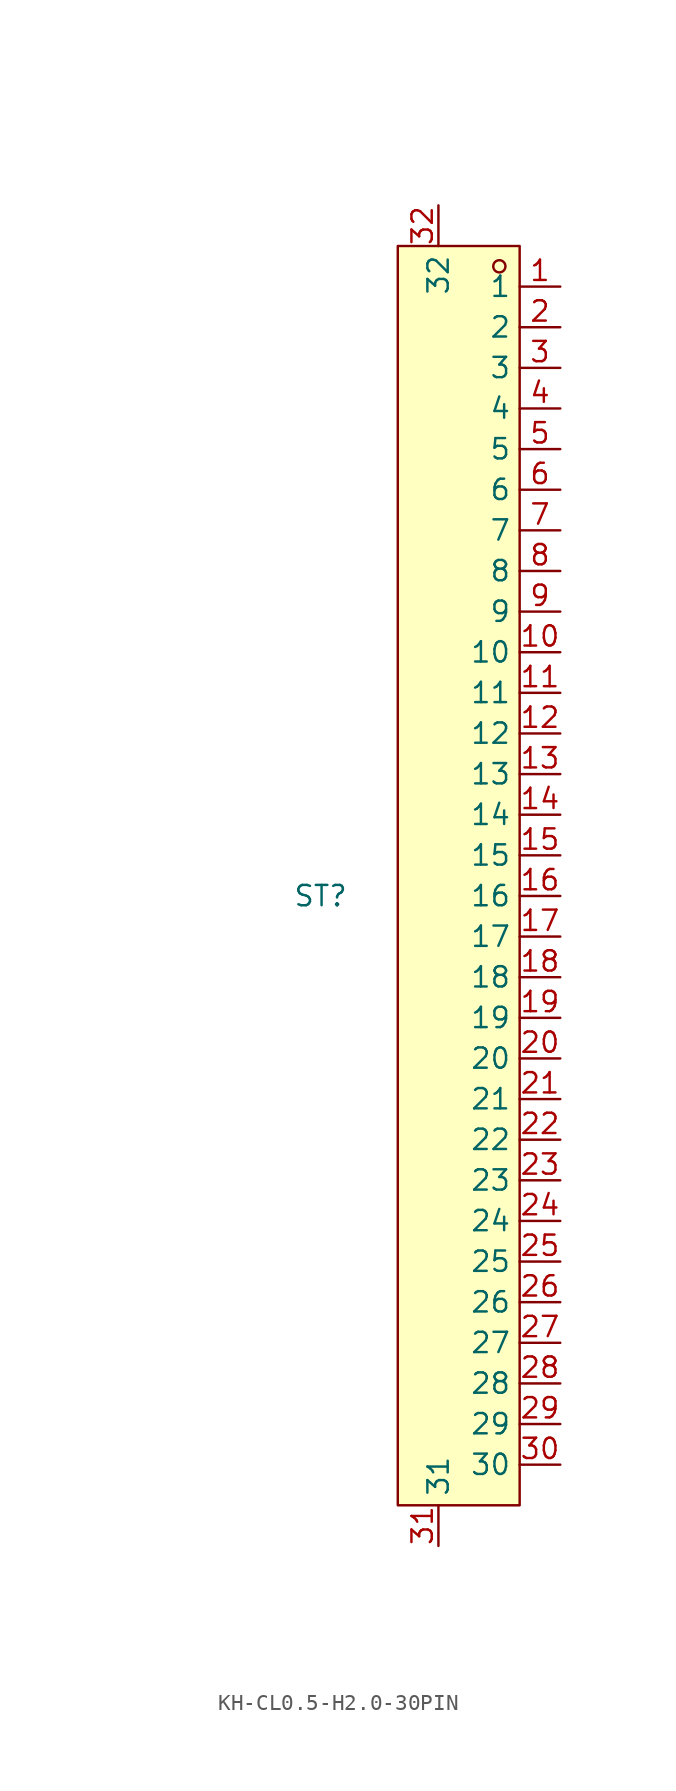
<source format=kicad_sym>
(kicad_symbol_lib
  (version 20241209)
  (generator "kicad_symbol_editor")
  (generator_version "9.0")
  (symbol "KH-CL0.5-H2.0-30PIN"
    (property "Reference" "ST"
      (at 12.954 0 0)
      (effects (font (size 1.27 1.27))))
    (property "Value" ""
      (at 0 0 0)
      (effects (font (size 1.27 1.27))))
    (symbol "KH-CL0.5-H2.0-30PIN_1_0"
      (rectangle (start 17.78 40.64) (end 25.4 -38.1) (stroke (width 0) (type solid)) (fill (type background)))
      (circle (center 24.13 39.37) (radius 0.381) (stroke (width 0) (type default)) (fill (type none)))
      (pin input line (at 20.32 43.18 270) (length 2.54) (name "32" (effects (font (size 1.27 1.27)))) (number "32" (effects (font (size 1.27 1.27)))))
      (pin input line (at 20.32 -40.64 90) (length 2.54) (name "31" (effects (font (size 1.27 1.27)))) (number "31" (effects (font (size 1.27 1.27)))))
      (pin input line (at 27.94 38.1 180) (length 2.54) (name "1" (effects (font (size 1.27 1.27)))) (number "1" (effects (font (size 1.27 1.27)))))
      (pin input line (at 27.94 35.56 180) (length 2.54) (name "2" (effects (font (size 1.27 1.27)))) (number "2" (effects (font (size 1.27 1.27)))))
      (pin input line (at 27.94 33.02 180) (length 2.54) (name "3" (effects (font (size 1.27 1.27)))) (number "3" (effects (font (size 1.27 1.27)))))
      (pin input line (at 27.94 30.48 180) (length 2.54) (name "4" (effects (font (size 1.27 1.27)))) (number "4" (effects (font (size 1.27 1.27)))))
      (pin input line (at 27.94 27.94 180) (length 2.54) (name "5" (effects (font (size 1.27 1.27)))) (number "5" (effects (font (size 1.27 1.27)))))
      (pin input line (at 27.94 25.4 180) (length 2.54) (name "6" (effects (font (size 1.27 1.27)))) (number "6" (effects (font (size 1.27 1.27)))))
      (pin input line (at 27.94 22.86 180) (length 2.54) (name "7" (effects (font (size 1.27 1.27)))) (number "7" (effects (font (size 1.27 1.27)))))
      (pin input line (at 27.94 20.32 180) (length 2.54) (name "8" (effects (font (size 1.27 1.27)))) (number "8" (effects (font (size 1.27 1.27)))))
      (pin input line (at 27.94 17.78 180) (length 2.54) (name "9" (effects (font (size 1.27 1.27)))) (number "9" (effects (font (size 1.27 1.27)))))
      (pin input line (at 27.94 15.24 180) (length 2.54) (name "10" (effects (font (size 1.27 1.27)))) (number "10" (effects (font (size 1.27 1.27)))))
      (pin input line (at 27.94 12.7 180) (length 2.54) (name "11" (effects (font (size 1.27 1.27)))) (number "11" (effects (font (size 1.27 1.27)))))
      (pin input line (at 27.94 10.16 180) (length 2.54) (name "12" (effects (font (size 1.27 1.27)))) (number "12" (effects (font (size 1.27 1.27)))))
      (pin input line (at 27.94 7.62 180) (length 2.54) (name "13" (effects (font (size 1.27 1.27)))) (number "13" (effects (font (size 1.27 1.27)))))
      (pin input line (at 27.94 5.08 180) (length 2.54) (name "14" (effects (font (size 1.27 1.27)))) (number "14" (effects (font (size 1.27 1.27)))))
      (pin input line (at 27.94 2.54 180) (length 2.54) (name "15" (effects (font (size 1.27 1.27)))) (number "15" (effects (font (size 1.27 1.27)))))
      (pin input line (at 27.94 0 180) (length 2.54) (name "16" (effects (font (size 1.27 1.27)))) (number "16" (effects (font (size 1.27 1.27)))))
      (pin input line (at 27.94 -2.54 180) (length 2.54) (name "17" (effects (font (size 1.27 1.27)))) (number "17" (effects (font (size 1.27 1.27)))))
      (pin input line (at 27.94 -5.08 180) (length 2.54) (name "18" (effects (font (size 1.27 1.27)))) (number "18" (effects (font (size 1.27 1.27)))))
      (pin input line (at 27.94 -7.62 180) (length 2.54) (name "19" (effects (font (size 1.27 1.27)))) (number "19" (effects (font (size 1.27 1.27)))))
      (pin input line (at 27.94 -10.16 180) (length 2.54) (name "20" (effects (font (size 1.27 1.27)))) (number "20" (effects (font (size 1.27 1.27)))))
      (pin input line (at 27.94 -12.7 180) (length 2.54) (name "21" (effects (font (size 1.27 1.27)))) (number "21" (effects (font (size 1.27 1.27)))))
      (pin input line (at 27.94 -15.24 180) (length 2.54) (name "22" (effects (font (size 1.27 1.27)))) (number "22" (effects (font (size 1.27 1.27)))))
      (pin input line (at 27.94 -17.78 180) (length 2.54) (name "23" (effects (font (size 1.27 1.27)))) (number "23" (effects (font (size 1.27 1.27)))))
      (pin input line (at 27.94 -20.32 180) (length 2.54) (name "24" (effects (font (size 1.27 1.27)))) (number "24" (effects (font (size 1.27 1.27)))))
      (pin input line (at 27.94 -22.86 180) (length 2.54) (name "25" (effects (font (size 1.27 1.27)))) (number "25" (effects (font (size 1.27 1.27)))))
      (pin input line (at 27.94 -25.4 180) (length 2.54) (name "26" (effects (font (size 1.27 1.27)))) (number "26" (effects (font (size 1.27 1.27)))))
      (pin input line (at 27.94 -27.94 180) (length 2.54) (name "27" (effects (font (size 1.27 1.27)))) (number "27" (effects (font (size 1.27 1.27)))))
      (pin input line (at 27.94 -30.48 180) (length 2.54) (name "28" (effects (font (size 1.27 1.27)))) (number "28" (effects (font (size 1.27 1.27)))))
      (pin input line (at 27.94 -33.02 180) (length 2.54) (name "29" (effects (font (size 1.27 1.27)))) (number "29" (effects (font (size 1.27 1.27)))))
      (pin input line (at 27.94 -35.56 180) (length 2.54) (name "30" (effects (font (size 1.27 1.27)))) (number "30" (effects (font (size 1.27 1.27))))))))
</source>
